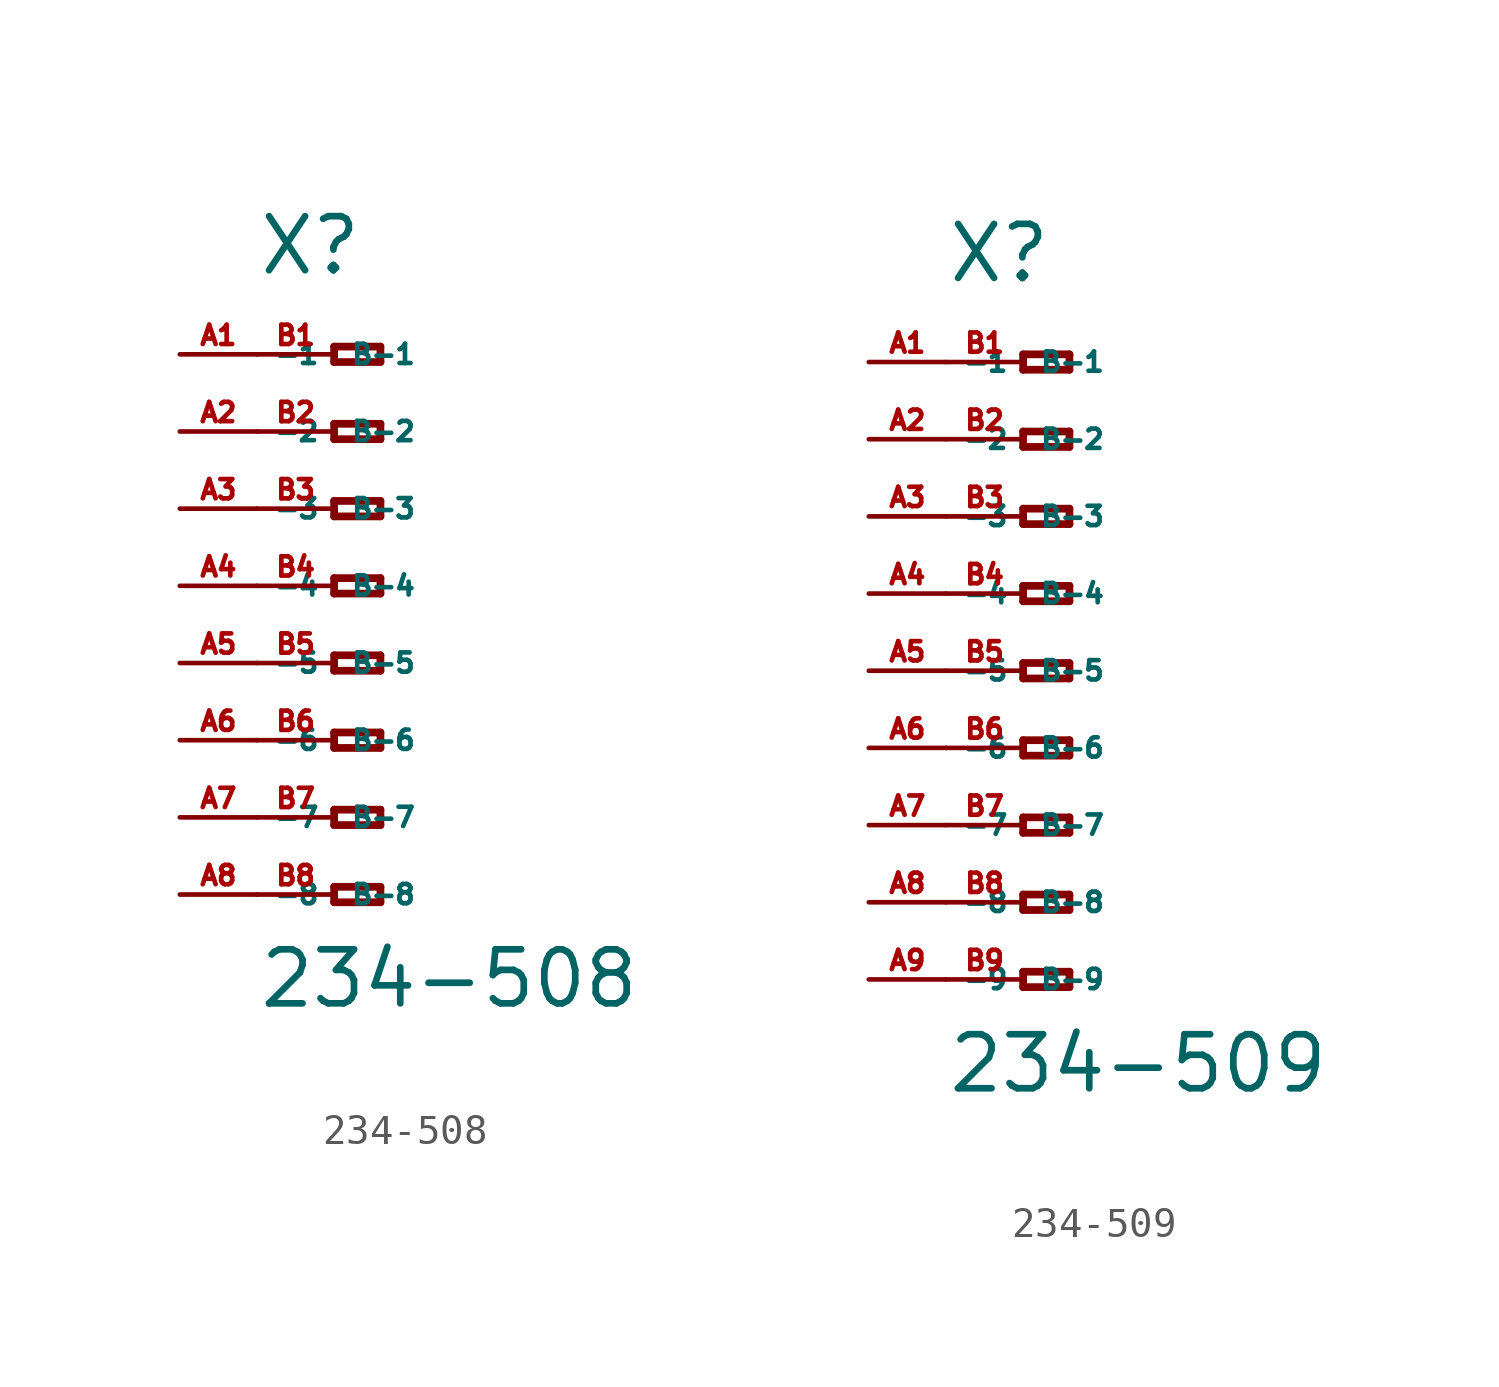
<source format=kicad_sym>
(kicad_symbol_lib
  (version 20220914)
  (generator Eagle2Kicad)
  (symbol "234-508"
    (property "Reference" "X"
      (at -5.08 10.16 0)
      (effects (font (size 1.778 1.778) (thickness 0.22)) (justify left bottom)))
    (property "Value" "234-508"
      (at -5.08 -13.97 0)
      (effects (font (size 1.778 1.778) (thickness 0.22)) (justify left bottom)))
    (polyline
      (pts (xy -2.54 7.874) (xy -2.54 7.366))
      (stroke (width 0.254) (type default))
      (fill (type none)))
    (polyline
      (pts (xy -2.54 7.366) (xy -1.016 7.366))
      (stroke (width 0.254) (type default))
      (fill (type none)))
    (polyline
      (pts (xy -1.016 7.366) (xy -1.016 7.874))
      (stroke (width 0.254) (type default))
      (fill (type none)))
    (polyline
      (pts (xy -1.016 7.874) (xy -2.54 7.874))
      (stroke (width 0.254) (type default))
      (fill (type none)))
    (polyline
      (pts (xy -2.54 5.334) (xy -2.54 4.826))
      (stroke (width 0.254) (type default))
      (fill (type none)))
    (polyline
      (pts (xy -2.54 4.826) (xy -1.016 4.826))
      (stroke (width 0.254) (type default))
      (fill (type none)))
    (polyline
      (pts (xy -1.016 4.826) (xy -1.016 5.334))
      (stroke (width 0.254) (type default))
      (fill (type none)))
    (polyline
      (pts (xy -1.016 5.334) (xy -2.54 5.334))
      (stroke (width 0.254) (type default))
      (fill (type none)))
    (polyline
      (pts (xy -2.54 2.794) (xy -2.54 2.286))
      (stroke (width 0.254) (type default))
      (fill (type none)))
    (polyline
      (pts (xy -2.54 2.286) (xy -1.016 2.286))
      (stroke (width 0.254) (type default))
      (fill (type none)))
    (polyline
      (pts (xy -1.016 2.286) (xy -1.016 2.794))
      (stroke (width 0.254) (type default))
      (fill (type none)))
    (polyline
      (pts (xy -1.016 2.794) (xy -2.54 2.794))
      (stroke (width 0.254) (type default))
      (fill (type none)))
    (polyline
      (pts (xy -2.54 0.254) (xy -2.54 -0.254))
      (stroke (width 0.254) (type default))
      (fill (type none)))
    (polyline
      (pts (xy -2.54 -0.254) (xy -1.016 -0.254))
      (stroke (width 0.254) (type default))
      (fill (type none)))
    (polyline
      (pts (xy -1.016 -0.254) (xy -1.016 0.254))
      (stroke (width 0.254) (type default))
      (fill (type none)))
    (polyline
      (pts (xy -1.016 0.254) (xy -2.54 0.254))
      (stroke (width 0.254) (type default))
      (fill (type none)))
    (polyline
      (pts (xy -2.54 -2.286) (xy -2.54 -2.794))
      (stroke (width 0.254) (type default))
      (fill (type none)))
    (polyline
      (pts (xy -2.54 -2.794) (xy -1.016 -2.794))
      (stroke (width 0.254) (type default))
      (fill (type none)))
    (polyline
      (pts (xy -1.016 -2.794) (xy -1.016 -2.286))
      (stroke (width 0.254) (type default))
      (fill (type none)))
    (polyline
      (pts (xy -1.016 -2.286) (xy -2.54 -2.286))
      (stroke (width 0.254) (type default))
      (fill (type none)))
    (polyline
      (pts (xy -2.54 -4.826) (xy -2.54 -5.334))
      (stroke (width 0.254) (type default))
      (fill (type none)))
    (polyline
      (pts (xy -2.54 -5.334) (xy -1.016 -5.334))
      (stroke (width 0.254) (type default))
      (fill (type none)))
    (polyline
      (pts (xy -1.016 -5.334) (xy -1.016 -4.826))
      (stroke (width 0.254) (type default))
      (fill (type none)))
    (polyline
      (pts (xy -1.016 -4.826) (xy -2.54 -4.826))
      (stroke (width 0.254) (type default))
      (fill (type none)))
    (polyline
      (pts (xy -2.54 -7.366) (xy -2.54 -7.874))
      (stroke (width 0.254) (type default))
      (fill (type none)))
    (polyline
      (pts (xy -2.54 -7.874) (xy -1.016 -7.874))
      (stroke (width 0.254) (type default))
      (fill (type none)))
    (polyline
      (pts (xy -1.016 -7.874) (xy -1.016 -7.366))
      (stroke (width 0.254) (type default))
      (fill (type none)))
    (polyline
      (pts (xy -1.016 -7.366) (xy -2.54 -7.366))
      (stroke (width 0.254) (type default))
      (fill (type none)))
    (polyline
      (pts (xy -2.54 -9.906) (xy -2.54 -10.414))
      (stroke (width 0.254) (type default))
      (fill (type none)))
    (polyline
      (pts (xy -2.54 -10.414) (xy -1.016 -10.414))
      (stroke (width 0.254) (type default))
      (fill (type none)))
    (polyline
      (pts (xy -1.016 -10.414) (xy -1.016 -9.906))
      (stroke (width 0.254) (type default))
      (fill (type none)))
    (polyline
      (pts (xy -1.016 -9.906) (xy -2.54 -9.906))
      (stroke (width 0.254) (type default))
      (fill (type none)))
    (pin passive line
      (at -7.62 7.62 0)
      (length 2.54)
      (name "-1" (effects (font (size 0.635 0.635) (thickness 0.08)) (justify left bottom)))
      (number "A1" (effects (font (size 0.635 0.635) (thickness 0.08)) (justify left bottom))))
    (pin passive line
      (at -7.62 5.08 0)
      (length 2.54)
      (name "-2" (effects (font (size 0.635 0.635) (thickness 0.08)) (justify left bottom)))
      (number "A2" (effects (font (size 0.635 0.635) (thickness 0.08)) (justify left bottom))))
    (pin passive line
      (at -7.62 2.54 0)
      (length 2.54)
      (name "-3" (effects (font (size 0.635 0.635) (thickness 0.08)) (justify left bottom)))
      (number "A3" (effects (font (size 0.635 0.635) (thickness 0.08)) (justify left bottom))))
    (pin passive line
      (at -7.62 0 0)
      (length 2.54)
      (name "-4" (effects (font (size 0.635 0.635) (thickness 0.08)) (justify left bottom)))
      (number "A4" (effects (font (size 0.635 0.635) (thickness 0.08)) (justify left bottom))))
    (pin passive line
      (at -7.62 -2.54 0)
      (length 2.54)
      (name "-5" (effects (font (size 0.635 0.635) (thickness 0.08)) (justify left bottom)))
      (number "A5" (effects (font (size 0.635 0.635) (thickness 0.08)) (justify left bottom))))
    (pin passive line
      (at -7.62 -5.08 0)
      (length 2.54)
      (name "-6" (effects (font (size 0.635 0.635) (thickness 0.08)) (justify left bottom)))
      (number "A6" (effects (font (size 0.635 0.635) (thickness 0.08)) (justify left bottom))))
    (pin passive line
      (at -7.62 -7.62 0)
      (length 2.54)
      (name "-7" (effects (font (size 0.635 0.635) (thickness 0.08)) (justify left bottom)))
      (number "A7" (effects (font (size 0.635 0.635) (thickness 0.08)) (justify left bottom))))
    (pin passive line
      (at -7.62 -10.16 0)
      (length 2.54)
      (name "-8" (effects (font (size 0.635 0.635) (thickness 0.08)) (justify left bottom)))
      (number "A8" (effects (font (size 0.635 0.635) (thickness 0.08)) (justify left bottom))))
    (pin passive line
      (at -5.08 -10.16 0)
      (length 2.54)
      (name "B-8" (effects (font (size 0.635 0.635) (thickness 0.08)) (justify left bottom)))
      (number "B8" (effects (font (size 0.635 0.635) (thickness 0.08)) (justify left bottom))))
    (pin passive line
      (at -5.08 7.62 0)
      (length 2.54)
      (name "B-1" (effects (font (size 0.635 0.635) (thickness 0.08)) (justify left bottom)))
      (number "B1" (effects (font (size 0.635 0.635) (thickness 0.08)) (justify left bottom))))
    (pin passive line
      (at -5.08 5.08 0)
      (length 2.54)
      (name "B-2" (effects (font (size 0.635 0.635) (thickness 0.08)) (justify left bottom)))
      (number "B2" (effects (font (size 0.635 0.635) (thickness 0.08)) (justify left bottom))))
    (pin passive line
      (at -5.08 2.54 0)
      (length 2.54)
      (name "B-3" (effects (font (size 0.635 0.635) (thickness 0.08)) (justify left bottom)))
      (number "B3" (effects (font (size 0.635 0.635) (thickness 0.08)) (justify left bottom))))
    (pin passive line
      (at -5.08 0 0)
      (length 2.54)
      (name "B-4" (effects (font (size 0.635 0.635) (thickness 0.08)) (justify left bottom)))
      (number "B4" (effects (font (size 0.635 0.635) (thickness 0.08)) (justify left bottom))))
    (pin passive line
      (at -5.08 -2.54 0)
      (length 2.54)
      (name "B-5" (effects (font (size 0.635 0.635) (thickness 0.08)) (justify left bottom)))
      (number "B5" (effects (font (size 0.635 0.635) (thickness 0.08)) (justify left bottom))))
    (pin passive line
      (at -5.08 -5.08 0)
      (length 2.54)
      (name "B-6" (effects (font (size 0.635 0.635) (thickness 0.08)) (justify left bottom)))
      (number "B6" (effects (font (size 0.635 0.635) (thickness 0.08)) (justify left bottom))))
    (pin passive line
      (at -5.08 -7.62 0)
      (length 2.54)
      (name "B-7" (effects (font (size 0.635 0.635) (thickness 0.08)) (justify left bottom)))
      (number "B7" (effects (font (size 0.635 0.635) (thickness 0.08)) (justify left bottom)))))
  (symbol "234-509"
    (property "Reference" "X"
      (at -5.08 12.7 0)
      (effects (font (size 1.778 1.778) (thickness 0.22)) (justify left bottom)))
    (property "Value" "234-509"
      (at -5.08 -13.97 0)
      (effects (font (size 1.778 1.778) (thickness 0.22)) (justify left bottom)))
    (polyline
      (pts (xy -2.54 10.414) (xy -2.54 9.906))
      (stroke (width 0.254) (type default))
      (fill (type none)))
    (polyline
      (pts (xy -2.54 9.906) (xy -1.016 9.906))
      (stroke (width 0.254) (type default))
      (fill (type none)))
    (polyline
      (pts (xy -1.016 9.906) (xy -1.016 10.414))
      (stroke (width 0.254) (type default))
      (fill (type none)))
    (polyline
      (pts (xy -1.016 10.414) (xy -2.54 10.414))
      (stroke (width 0.254) (type default))
      (fill (type none)))
    (polyline
      (pts (xy -2.54 7.874) (xy -2.54 7.366))
      (stroke (width 0.254) (type default))
      (fill (type none)))
    (polyline
      (pts (xy -2.54 7.366) (xy -1.016 7.366))
      (stroke (width 0.254) (type default))
      (fill (type none)))
    (polyline
      (pts (xy -1.016 7.366) (xy -1.016 7.874))
      (stroke (width 0.254) (type default))
      (fill (type none)))
    (polyline
      (pts (xy -1.016 7.874) (xy -2.54 7.874))
      (stroke (width 0.254) (type default))
      (fill (type none)))
    (polyline
      (pts (xy -2.54 5.334) (xy -2.54 4.826))
      (stroke (width 0.254) (type default))
      (fill (type none)))
    (polyline
      (pts (xy -2.54 4.826) (xy -1.016 4.826))
      (stroke (width 0.254) (type default))
      (fill (type none)))
    (polyline
      (pts (xy -1.016 4.826) (xy -1.016 5.334))
      (stroke (width 0.254) (type default))
      (fill (type none)))
    (polyline
      (pts (xy -1.016 5.334) (xy -2.54 5.334))
      (stroke (width 0.254) (type default))
      (fill (type none)))
    (polyline
      (pts (xy -2.54 2.794) (xy -2.54 2.286))
      (stroke (width 0.254) (type default))
      (fill (type none)))
    (polyline
      (pts (xy -2.54 2.286) (xy -1.016 2.286))
      (stroke (width 0.254) (type default))
      (fill (type none)))
    (polyline
      (pts (xy -1.016 2.286) (xy -1.016 2.794))
      (stroke (width 0.254) (type default))
      (fill (type none)))
    (polyline
      (pts (xy -1.016 2.794) (xy -2.54 2.794))
      (stroke (width 0.254) (type default))
      (fill (type none)))
    (polyline
      (pts (xy -2.54 0.254) (xy -2.54 -0.254))
      (stroke (width 0.254) (type default))
      (fill (type none)))
    (polyline
      (pts (xy -2.54 -0.254) (xy -1.016 -0.254))
      (stroke (width 0.254) (type default))
      (fill (type none)))
    (polyline
      (pts (xy -1.016 -0.254) (xy -1.016 0.254))
      (stroke (width 0.254) (type default))
      (fill (type none)))
    (polyline
      (pts (xy -1.016 0.254) (xy -2.54 0.254))
      (stroke (width 0.254) (type default))
      (fill (type none)))
    (polyline
      (pts (xy -2.54 -2.286) (xy -2.54 -2.794))
      (stroke (width 0.254) (type default))
      (fill (type none)))
    (polyline
      (pts (xy -2.54 -2.794) (xy -1.016 -2.794))
      (stroke (width 0.254) (type default))
      (fill (type none)))
    (polyline
      (pts (xy -1.016 -2.794) (xy -1.016 -2.286))
      (stroke (width 0.254) (type default))
      (fill (type none)))
    (polyline
      (pts (xy -1.016 -2.286) (xy -2.54 -2.286))
      (stroke (width 0.254) (type default))
      (fill (type none)))
    (polyline
      (pts (xy -2.54 -4.826) (xy -2.54 -5.334))
      (stroke (width 0.254) (type default))
      (fill (type none)))
    (polyline
      (pts (xy -2.54 -5.334) (xy -1.016 -5.334))
      (stroke (width 0.254) (type default))
      (fill (type none)))
    (polyline
      (pts (xy -1.016 -5.334) (xy -1.016 -4.826))
      (stroke (width 0.254) (type default))
      (fill (type none)))
    (polyline
      (pts (xy -1.016 -4.826) (xy -2.54 -4.826))
      (stroke (width 0.254) (type default))
      (fill (type none)))
    (polyline
      (pts (xy -2.54 -7.366) (xy -2.54 -7.874))
      (stroke (width 0.254) (type default))
      (fill (type none)))
    (polyline
      (pts (xy -2.54 -7.874) (xy -1.016 -7.874))
      (stroke (width 0.254) (type default))
      (fill (type none)))
    (polyline
      (pts (xy -1.016 -7.874) (xy -1.016 -7.366))
      (stroke (width 0.254) (type default))
      (fill (type none)))
    (polyline
      (pts (xy -1.016 -7.366) (xy -2.54 -7.366))
      (stroke (width 0.254) (type default))
      (fill (type none)))
    (polyline
      (pts (xy -2.54 -9.906) (xy -2.54 -10.414))
      (stroke (width 0.254) (type default))
      (fill (type none)))
    (polyline
      (pts (xy -2.54 -10.414) (xy -1.016 -10.414))
      (stroke (width 0.254) (type default))
      (fill (type none)))
    (polyline
      (pts (xy -1.016 -10.414) (xy -1.016 -9.906))
      (stroke (width 0.254) (type default))
      (fill (type none)))
    (polyline
      (pts (xy -1.016 -9.906) (xy -2.54 -9.906))
      (stroke (width 0.254) (type default))
      (fill (type none)))
    (pin passive line
      (at -7.62 10.16 0)
      (length 2.54)
      (name "-1" (effects (font (size 0.635 0.635) (thickness 0.08)) (justify left bottom)))
      (number "A1" (effects (font (size 0.635 0.635) (thickness 0.08)) (justify left bottom))))
    (pin passive line
      (at -7.62 7.62 0)
      (length 2.54)
      (name "-2" (effects (font (size 0.635 0.635) (thickness 0.08)) (justify left bottom)))
      (number "A2" (effects (font (size 0.635 0.635) (thickness 0.08)) (justify left bottom))))
    (pin passive line
      (at -7.62 5.08 0)
      (length 2.54)
      (name "-3" (effects (font (size 0.635 0.635) (thickness 0.08)) (justify left bottom)))
      (number "A3" (effects (font (size 0.635 0.635) (thickness 0.08)) (justify left bottom))))
    (pin passive line
      (at -7.62 2.54 0)
      (length 2.54)
      (name "-4" (effects (font (size 0.635 0.635) (thickness 0.08)) (justify left bottom)))
      (number "A4" (effects (font (size 0.635 0.635) (thickness 0.08)) (justify left bottom))))
    (pin passive line
      (at -7.62 0 0)
      (length 2.54)
      (name "-5" (effects (font (size 0.635 0.635) (thickness 0.08)) (justify left bottom)))
      (number "A5" (effects (font (size 0.635 0.635) (thickness 0.08)) (justify left bottom))))
    (pin passive line
      (at -7.62 -2.54 0)
      (length 2.54)
      (name "-6" (effects (font (size 0.635 0.635) (thickness 0.08)) (justify left bottom)))
      (number "A6" (effects (font (size 0.635 0.635) (thickness 0.08)) (justify left bottom))))
    (pin passive line
      (at -7.62 -5.08 0)
      (length 2.54)
      (name "-7" (effects (font (size 0.635 0.635) (thickness 0.08)) (justify left bottom)))
      (number "A7" (effects (font (size 0.635 0.635) (thickness 0.08)) (justify left bottom))))
    (pin passive line
      (at -7.62 -7.62 0)
      (length 2.54)
      (name "-8" (effects (font (size 0.635 0.635) (thickness 0.08)) (justify left bottom)))
      (number "A8" (effects (font (size 0.635 0.635) (thickness 0.08)) (justify left bottom))))
    (pin passive line
      (at -7.62 -10.16 0)
      (length 2.54)
      (name "-9" (effects (font (size 0.635 0.635) (thickness 0.08)) (justify left bottom)))
      (number "A9" (effects (font (size 0.635 0.635) (thickness 0.08)) (justify left bottom))))
    (pin passive line
      (at -5.08 -10.16 0)
      (length 2.54)
      (name "B-9" (effects (font (size 0.635 0.635) (thickness 0.08)) (justify left bottom)))
      (number "B9" (effects (font (size 0.635 0.635) (thickness 0.08)) (justify left bottom))))
    (pin passive line
      (at -5.08 10.16 0)
      (length 2.54)
      (name "B-1" (effects (font (size 0.635 0.635) (thickness 0.08)) (justify left bottom)))
      (number "B1" (effects (font (size 0.635 0.635) (thickness 0.08)) (justify left bottom))))
    (pin passive line
      (at -5.08 7.62 0)
      (length 2.54)
      (name "B-2" (effects (font (size 0.635 0.635) (thickness 0.08)) (justify left bottom)))
      (number "B2" (effects (font (size 0.635 0.635) (thickness 0.08)) (justify left bottom))))
    (pin passive line
      (at -5.08 5.08 0)
      (length 2.54)
      (name "B-3" (effects (font (size 0.635 0.635) (thickness 0.08)) (justify left bottom)))
      (number "B3" (effects (font (size 0.635 0.635) (thickness 0.08)) (justify left bottom))))
    (pin passive line
      (at -5.08 2.54 0)
      (length 2.54)
      (name "B-4" (effects (font (size 0.635 0.635) (thickness 0.08)) (justify left bottom)))
      (number "B4" (effects (font (size 0.635 0.635) (thickness 0.08)) (justify left bottom))))
    (pin passive line
      (at -5.08 0 0)
      (length 2.54)
      (name "B-5" (effects (font (size 0.635 0.635) (thickness 0.08)) (justify left bottom)))
      (number "B5" (effects (font (size 0.635 0.635) (thickness 0.08)) (justify left bottom))))
    (pin passive line
      (at -5.08 -2.54 0)
      (length 2.54)
      (name "B-6" (effects (font (size 0.635 0.635) (thickness 0.08)) (justify left bottom)))
      (number "B6" (effects (font (size 0.635 0.635) (thickness 0.08)) (justify left bottom))))
    (pin passive line
      (at -5.08 -5.08 0)
      (length 2.54)
      (name "B-7" (effects (font (size 0.635 0.635) (thickness 0.08)) (justify left bottom)))
      (number "B7" (effects (font (size 0.635 0.635) (thickness 0.08)) (justify left bottom))))
    (pin passive line
      (at -5.08 -7.62 0)
      (length 2.54)
      (name "B-8" (effects (font (size 0.635 0.635) (thickness 0.08)) (justify left bottom)))
      (number "B8" (effects (font (size 0.635 0.635) (thickness 0.08)) (justify left bottom))))))
</source>
